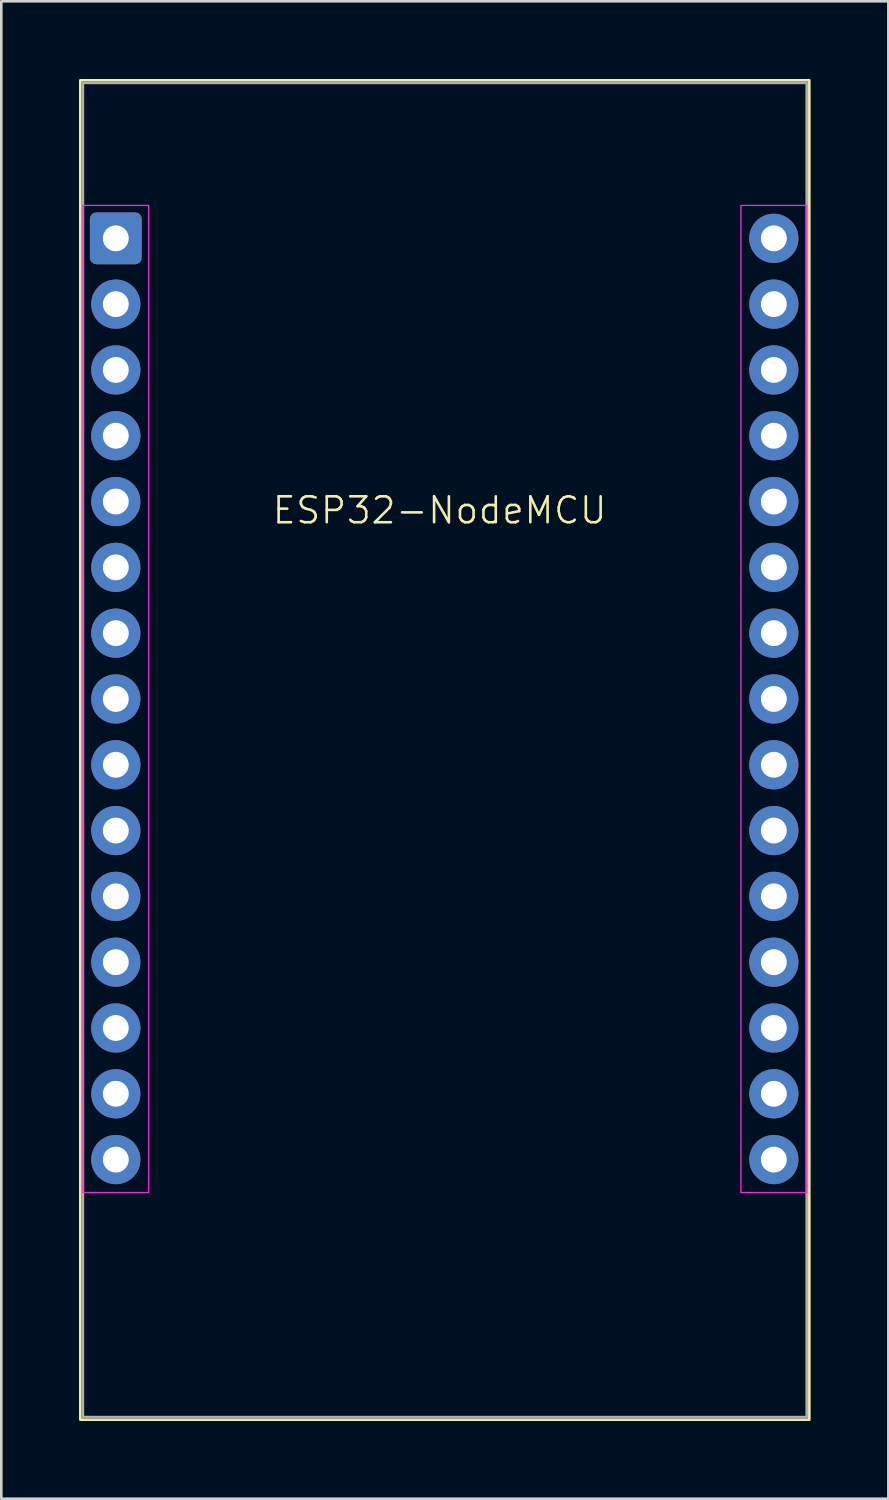
<source format=kicad_pcb>
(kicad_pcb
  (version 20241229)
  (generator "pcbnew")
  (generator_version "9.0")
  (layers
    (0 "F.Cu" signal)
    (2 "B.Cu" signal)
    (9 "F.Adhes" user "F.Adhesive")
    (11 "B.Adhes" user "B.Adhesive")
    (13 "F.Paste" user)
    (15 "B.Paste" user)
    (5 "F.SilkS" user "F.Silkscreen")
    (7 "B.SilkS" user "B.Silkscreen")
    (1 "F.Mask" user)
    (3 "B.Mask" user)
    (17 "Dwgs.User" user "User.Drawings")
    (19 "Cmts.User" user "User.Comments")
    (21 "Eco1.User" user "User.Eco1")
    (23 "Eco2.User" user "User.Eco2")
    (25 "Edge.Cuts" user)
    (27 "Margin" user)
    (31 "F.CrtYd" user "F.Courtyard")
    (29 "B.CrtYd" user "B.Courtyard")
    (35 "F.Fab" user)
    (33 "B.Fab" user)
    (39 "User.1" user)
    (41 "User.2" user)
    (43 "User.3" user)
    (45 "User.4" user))
  (footprint "ESP32-NodeMCU"
    (layer "F.Cu")
    (at 1.42 6.15)
    (property "Reference" "ESP32-NodeMCU" (at 12.5 10.5 0) (unlocked yes) (layer "F.SilkS") (effects (font (size 1 1) (thickness 0.1))))
    (attr through_hole)
    (fp_rect (start -1.37 -6.1) (end 26.77 45.6) (stroke (width 0.1) (type default)) (fill no) (layer "F.SilkS"))
    (fp_rect (start -1.27 -1.27) (end 1.27 36.83) (stroke (width 0.05) (type default)) (fill no) (layer "F.CrtYd"))
    (fp_rect (start 24.13 -1.27) (end 26.67 36.83) (stroke (width 0.05) (type default)) (fill no) (layer "F.CrtYd"))
    (fp_rect (start -1.27 -6) (end 26.67 45.5) (stroke (width 0.1) (type default)) (fill no) (layer "F.Fab"))
    (pad "1" thru_hole roundrect (at 0 0) (size 2 2) (drill 1) (layers "*.Cu" "*.Mask") (roundrect_rratio 0.125))
    (pad "2" thru_hole circle (at 0 2.54) (size 1.9 1.9) (drill 1) (layers "*.Cu" "*.Mask"))
    (pad "3" thru_hole circle (at 0 5.08) (size 1.9 1.9) (drill 1) (layers "*.Cu" "*.Mask"))
    (pad "4" thru_hole circle (at 0 7.62) (size 1.9 1.9) (drill 1) (layers "*.Cu" "*.Mask"))
    (pad "5" thru_hole circle (at 0 10.16) (size 1.9 1.9) (drill 1) (layers "*.Cu" "*.Mask"))
    (pad "6" thru_hole circle (at 0 12.7) (size 1.9 1.9) (drill 1) (layers "*.Cu" "*.Mask"))
    (pad "7" thru_hole circle (at 0 15.24) (size 1.9 1.9) (drill 1) (layers "*.Cu" "*.Mask"))
    (pad "8" thru_hole circle (at 0 17.78) (size 1.9 1.9) (drill 1) (layers "*.Cu" "*.Mask"))
    (pad "9" thru_hole circle (at 0 20.32) (size 1.9 1.9) (drill 1) (layers "*.Cu" "*.Mask"))
    (pad "10" thru_hole circle (at 0 22.86) (size 1.9 1.9) (drill 1) (layers "*.Cu" "*.Mask"))
    (pad "11" thru_hole circle (at 0 25.4) (size 1.9 1.9) (drill 1) (layers "*.Cu" "*.Mask"))
    (pad "12" thru_hole circle (at 0 27.94) (size 1.9 1.9) (drill 1) (layers "*.Cu" "*.Mask"))
    (pad "13" thru_hole circle (at 0 30.48) (size 1.9 1.9) (drill 1) (layers "*.Cu" "*.Mask"))
    (pad "14" thru_hole circle (at 0 33.02) (size 1.9 1.9) (drill 1) (layers "*.Cu" "*.Mask"))
    (pad "15" thru_hole circle (at 0 35.56) (size 1.9 1.9) (drill 1) (layers "*.Cu" "*.Mask"))
    (pad "16" thru_hole circle (at 25.4 0) (size 1.9 1.9) (drill 1) (layers "*.Cu" "*.Mask"))
    (pad "17" thru_hole circle (at 25.4 2.54) (size 1.9 1.9) (drill 1) (layers "*.Cu" "*.Mask"))
    (pad "18" thru_hole circle (at 25.4 5.08) (size 1.9 1.9) (drill 1) (layers "*.Cu" "*.Mask"))
    (pad "19" thru_hole circle (at 25.4 7.62) (size 1.9 1.9) (drill 1) (layers "*.Cu" "*.Mask"))
    (pad "20" thru_hole circle (at 25.4 10.16) (size 1.9 1.9) (drill 1) (layers "*.Cu" "*.Mask"))
    (pad "21" thru_hole circle (at 25.4 12.7) (size 1.9 1.9) (drill 1) (layers "*.Cu" "*.Mask"))
    (pad "22" thru_hole circle (at 25.4 15.24) (size 1.9 1.9) (drill 1) (layers "*.Cu" "*.Mask"))
    (pad "23" thru_hole circle (at 25.4 17.78) (size 1.9 1.9) (drill 1) (layers "*.Cu" "*.Mask"))
    (pad "24" thru_hole circle (at 25.4 20.32) (size 1.9 1.9) (drill 1) (layers "*.Cu" "*.Mask"))
    (pad "25" thru_hole circle (at 25.4 22.86) (size 1.9 1.9) (drill 1) (layers "*.Cu" "*.Mask"))
    (pad "26" thru_hole circle (at 25.4 25.4) (size 1.9 1.9) (drill 1) (layers "*.Cu" "*.Mask"))
    (pad "27" thru_hole circle (at 25.4 27.94) (size 1.9 1.9) (drill 1) (layers "*.Cu" "*.Mask"))
    (pad "28" thru_hole circle (at 25.4 30.48) (size 1.9 1.9) (drill 1) (layers "*.Cu" "*.Mask"))
    (pad "29" thru_hole circle (at 25.4 33.02) (size 1.9 1.9) (drill 1) (layers "*.Cu" "*.Mask"))
    (pad "30" thru_hole circle (at 25.4 35.56) (size 1.9 1.9) (drill 1) (layers "*.Cu" "*.Mask")))
  (gr_rect
    (start -3 -3)
    (end 31.24 54.8)
    (stroke (width 0.1) (type default))
    (fill no)
    (layer "Edge.Cuts")))
</source>
